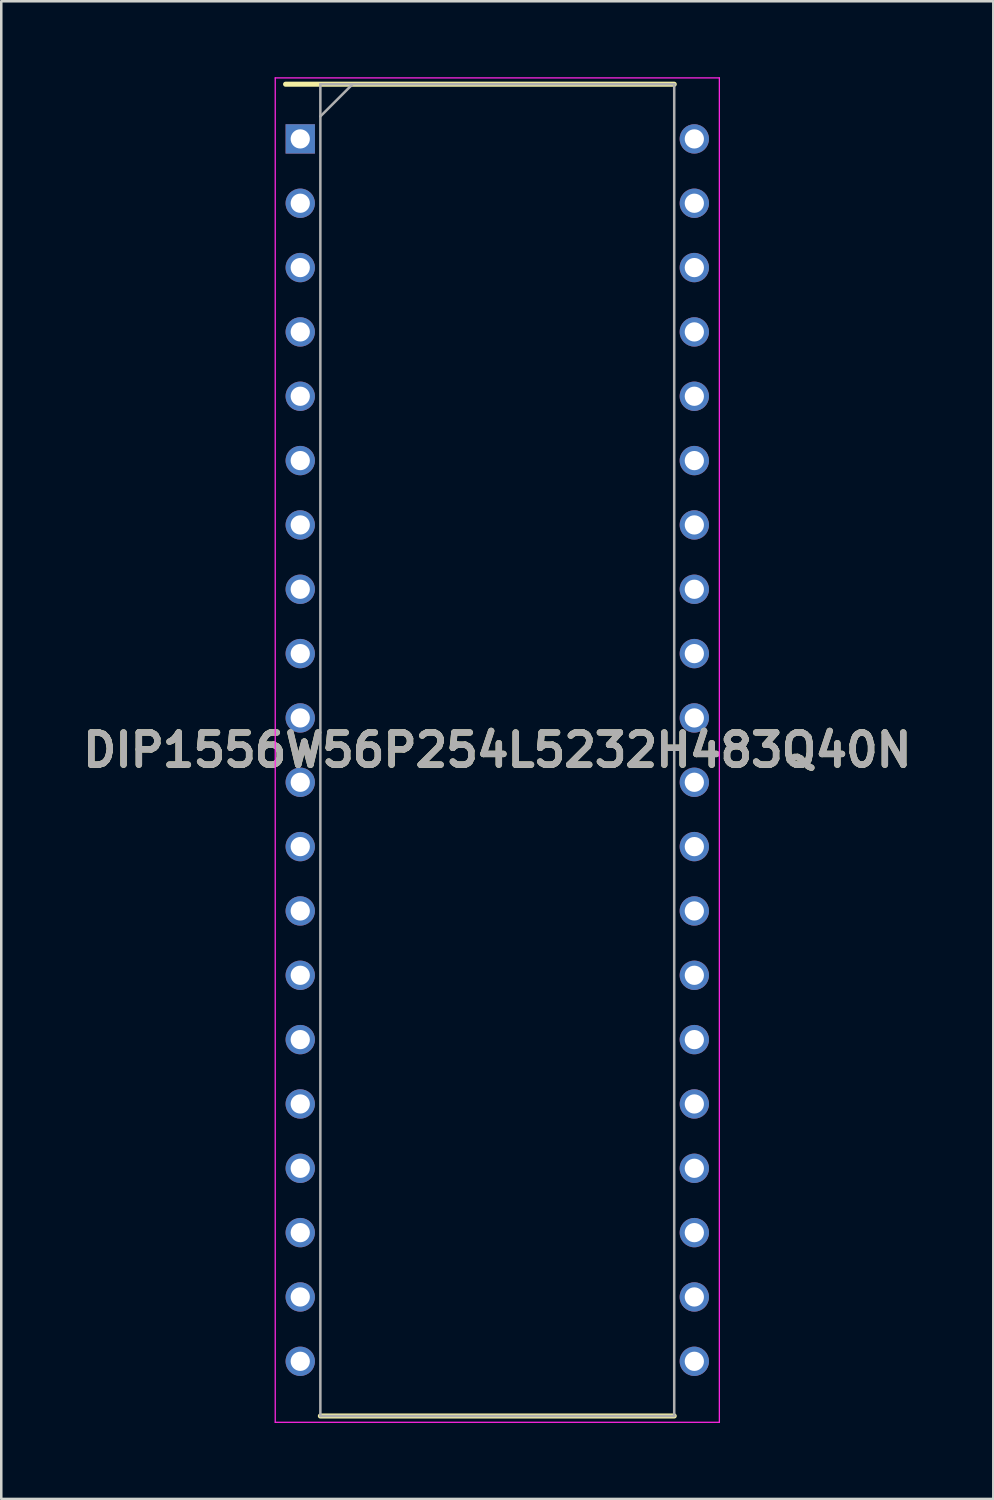
<source format=kicad_pcb>
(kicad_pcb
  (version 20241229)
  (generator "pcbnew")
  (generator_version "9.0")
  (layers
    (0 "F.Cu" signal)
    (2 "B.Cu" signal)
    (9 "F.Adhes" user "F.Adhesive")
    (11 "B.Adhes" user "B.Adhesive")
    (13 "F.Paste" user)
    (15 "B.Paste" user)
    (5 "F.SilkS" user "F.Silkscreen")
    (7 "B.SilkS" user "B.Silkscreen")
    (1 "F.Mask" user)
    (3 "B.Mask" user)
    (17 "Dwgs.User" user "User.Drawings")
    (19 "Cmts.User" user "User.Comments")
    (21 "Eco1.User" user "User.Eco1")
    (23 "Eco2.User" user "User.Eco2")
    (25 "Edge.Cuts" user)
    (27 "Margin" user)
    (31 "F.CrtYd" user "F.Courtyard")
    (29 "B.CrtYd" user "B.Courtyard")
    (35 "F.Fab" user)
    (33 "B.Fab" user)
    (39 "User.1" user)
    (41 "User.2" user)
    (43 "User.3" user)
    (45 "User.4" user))
  (footprint "DIP1556W56P254L5232H483Q40N"
    (layer "F.Cu")
    (at 16.583 26.564)
    (property "Reference" "DIP1556W56P254L5232H483Q40N" (at 0 0 0) (layer "F.SilkS") (effects (font (size 1.27 1.27) (thickness 0.254))))
    (attr through_hole)
    (fp_line (start -8.358 -26.289) (end 6.985 -26.289) (stroke (width 0.2) (type solid)) (layer "F.SilkS"))
    (fp_line (start -6.985 26.289) (end 6.985 26.289) (stroke (width 0.2) (type solid)) (layer "F.SilkS"))
    (fp_line (start -8.767 -26.539) (end 8.767 -26.539) (stroke (width 0.05) (type solid)) (layer "F.CrtYd"))
    (fp_line (start -8.767 26.539) (end -8.767 -26.539) (stroke (width 0.05) (type solid)) (layer "F.CrtYd"))
    (fp_line (start 8.767 -26.539) (end 8.767 26.539) (stroke (width 0.05) (type solid)) (layer "F.CrtYd"))
    (fp_line (start 8.767 26.539) (end -8.767 26.539) (stroke (width 0.05) (type solid)) (layer "F.CrtYd"))
    (fp_line (start -6.985 -26.289) (end 6.985 -26.289) (stroke (width 0.1) (type solid)) (layer "F.Fab"))
    (fp_line (start -6.985 -25.019) (end -5.715 -26.289) (stroke (width 0.1) (type solid)) (layer "F.Fab"))
    (fp_line (start -6.985 26.289) (end -6.985 -26.289) (stroke (width 0.1) (type solid)) (layer "F.Fab"))
    (fp_line (start 6.985 -26.289) (end 6.985 26.289) (stroke (width 0.1) (type solid)) (layer "F.Fab"))
    (fp_line (start 6.985 26.289) (end -6.985 26.289) (stroke (width 0.1) (type solid)) (layer "F.Fab"))
    (fp_text user "${REFERENCE}" (at 0 0 0) (layer "F.Fab") (effects (font (size 1.27 1.27) (thickness 0.254))))
    (pad "1" thru_hole rect (at -7.779 -24.13) (size 1.159 1.159) (drill 0.759) (layers "*.Cu" "*.Mask"))
    (pad "2" thru_hole circle (at -7.779 -21.59) (size 1.159 1.159) (drill 0.759) (layers "*.Cu" "*.Mask"))
    (pad "3" thru_hole circle (at -7.779 -19.05) (size 1.159 1.159) (drill 0.759) (layers "*.Cu" "*.Mask"))
    (pad "4" thru_hole circle (at -7.779 -16.51) (size 1.159 1.159) (drill 0.759) (layers "*.Cu" "*.Mask"))
    (pad "5" thru_hole circle (at -7.779 -13.97) (size 1.159 1.159) (drill 0.759) (layers "*.Cu" "*.Mask"))
    (pad "6" thru_hole circle (at -7.779 -11.43) (size 1.159 1.159) (drill 0.759) (layers "*.Cu" "*.Mask"))
    (pad "7" thru_hole circle (at -7.779 -8.89) (size 1.159 1.159) (drill 0.759) (layers "*.Cu" "*.Mask"))
    (pad "8" thru_hole circle (at -7.779 -6.35) (size 1.159 1.159) (drill 0.759) (layers "*.Cu" "*.Mask"))
    (pad "9" thru_hole circle (at -7.779 -3.81) (size 1.159 1.159) (drill 0.759) (layers "*.Cu" "*.Mask"))
    (pad "10" thru_hole circle (at -7.779 -1.27) (size 1.159 1.159) (drill 0.759) (layers "*.Cu" "*.Mask"))
    (pad "11" thru_hole circle (at -7.779 1.27) (size 1.159 1.159) (drill 0.759) (layers "*.Cu" "*.Mask"))
    (pad "12" thru_hole circle (at -7.779 3.81) (size 1.159 1.159) (drill 0.759) (layers "*.Cu" "*.Mask"))
    (pad "13" thru_hole circle (at -7.779 6.35) (size 1.159 1.159) (drill 0.759) (layers "*.Cu" "*.Mask"))
    (pad "14" thru_hole circle (at -7.779 8.89) (size 1.159 1.159) (drill 0.759) (layers "*.Cu" "*.Mask"))
    (pad "15" thru_hole circle (at -7.779 11.43) (size 1.159 1.159) (drill 0.759) (layers "*.Cu" "*.Mask"))
    (pad "16" thru_hole circle (at -7.779 13.97) (size 1.159 1.159) (drill 0.759) (layers "*.Cu" "*.Mask"))
    (pad "17" thru_hole circle (at -7.779 16.51) (size 1.159 1.159) (drill 0.759) (layers "*.Cu" "*.Mask"))
    (pad "18" thru_hole circle (at -7.779 19.05) (size 1.159 1.159) (drill 0.759) (layers "*.Cu" "*.Mask"))
    (pad "19" thru_hole circle (at -7.779 21.59) (size 1.159 1.159) (drill 0.759) (layers "*.Cu" "*.Mask"))
    (pad "20" thru_hole circle (at -7.779 24.13) (size 1.159 1.159) (drill 0.759) (layers "*.Cu" "*.Mask"))
    (pad "21" thru_hole circle (at 7.779 24.13) (size 1.159 1.159) (drill 0.759) (layers "*.Cu" "*.Mask"))
    (pad "22" thru_hole circle (at 7.779 21.59) (size 1.159 1.159) (drill 0.759) (layers "*.Cu" "*.Mask"))
    (pad "23" thru_hole circle (at 7.779 19.05) (size 1.159 1.159) (drill 0.759) (layers "*.Cu" "*.Mask"))
    (pad "24" thru_hole circle (at 7.779 16.51) (size 1.159 1.159) (drill 0.759) (layers "*.Cu" "*.Mask"))
    (pad "25" thru_hole circle (at 7.779 13.97) (size 1.159 1.159) (drill 0.759) (layers "*.Cu" "*.Mask"))
    (pad "26" thru_hole circle (at 7.779 11.43) (size 1.159 1.159) (drill 0.759) (layers "*.Cu" "*.Mask"))
    (pad "27" thru_hole circle (at 7.779 8.89) (size 1.159 1.159) (drill 0.759) (layers "*.Cu" "*.Mask"))
    (pad "28" thru_hole circle (at 7.779 6.35) (size 1.159 1.159) (drill 0.759) (layers "*.Cu" "*.Mask"))
    (pad "29" thru_hole circle (at 7.779 3.81) (size 1.159 1.159) (drill 0.759) (layers "*.Cu" "*.Mask"))
    (pad "30" thru_hole circle (at 7.779 1.27) (size 1.159 1.159) (drill 0.759) (layers "*.Cu" "*.Mask"))
    (pad "31" thru_hole circle (at 7.779 -1.27) (size 1.159 1.159) (drill 0.759) (layers "*.Cu" "*.Mask"))
    (pad "32" thru_hole circle (at 7.779 -3.81) (size 1.159 1.159) (drill 0.759) (layers "*.Cu" "*.Mask"))
    (pad "33" thru_hole circle (at 7.779 -6.35) (size 1.159 1.159) (drill 0.759) (layers "*.Cu" "*.Mask"))
    (pad "34" thru_hole circle (at 7.779 -8.89) (size 1.159 1.159) (drill 0.759) (layers "*.Cu" "*.Mask"))
    (pad "35" thru_hole circle (at 7.779 -11.43) (size 1.159 1.159) (drill 0.759) (layers "*.Cu" "*.Mask"))
    (pad "36" thru_hole circle (at 7.779 -13.97) (size 1.159 1.159) (drill 0.759) (layers "*.Cu" "*.Mask"))
    (pad "37" thru_hole circle (at 7.779 -16.51) (size 1.159 1.159) (drill 0.759) (layers "*.Cu" "*.Mask"))
    (pad "38" thru_hole circle (at 7.779 -19.05) (size 1.159 1.159) (drill 0.759) (layers "*.Cu" "*.Mask"))
    (pad "39" thru_hole circle (at 7.779 -21.59) (size 1.159 1.159) (drill 0.759) (layers "*.Cu" "*.Mask"))
    (pad "40" thru_hole circle (at 7.779 -24.13) (size 1.159 1.159) (drill 0.759) (layers "*.Cu" "*.Mask")))
  (gr_rect
    (start -3 -3)
    (end 36.165 56.128)
    (stroke (width 0.1) (type default))
    (fill no)
    (layer "Edge.Cuts")))
</source>
